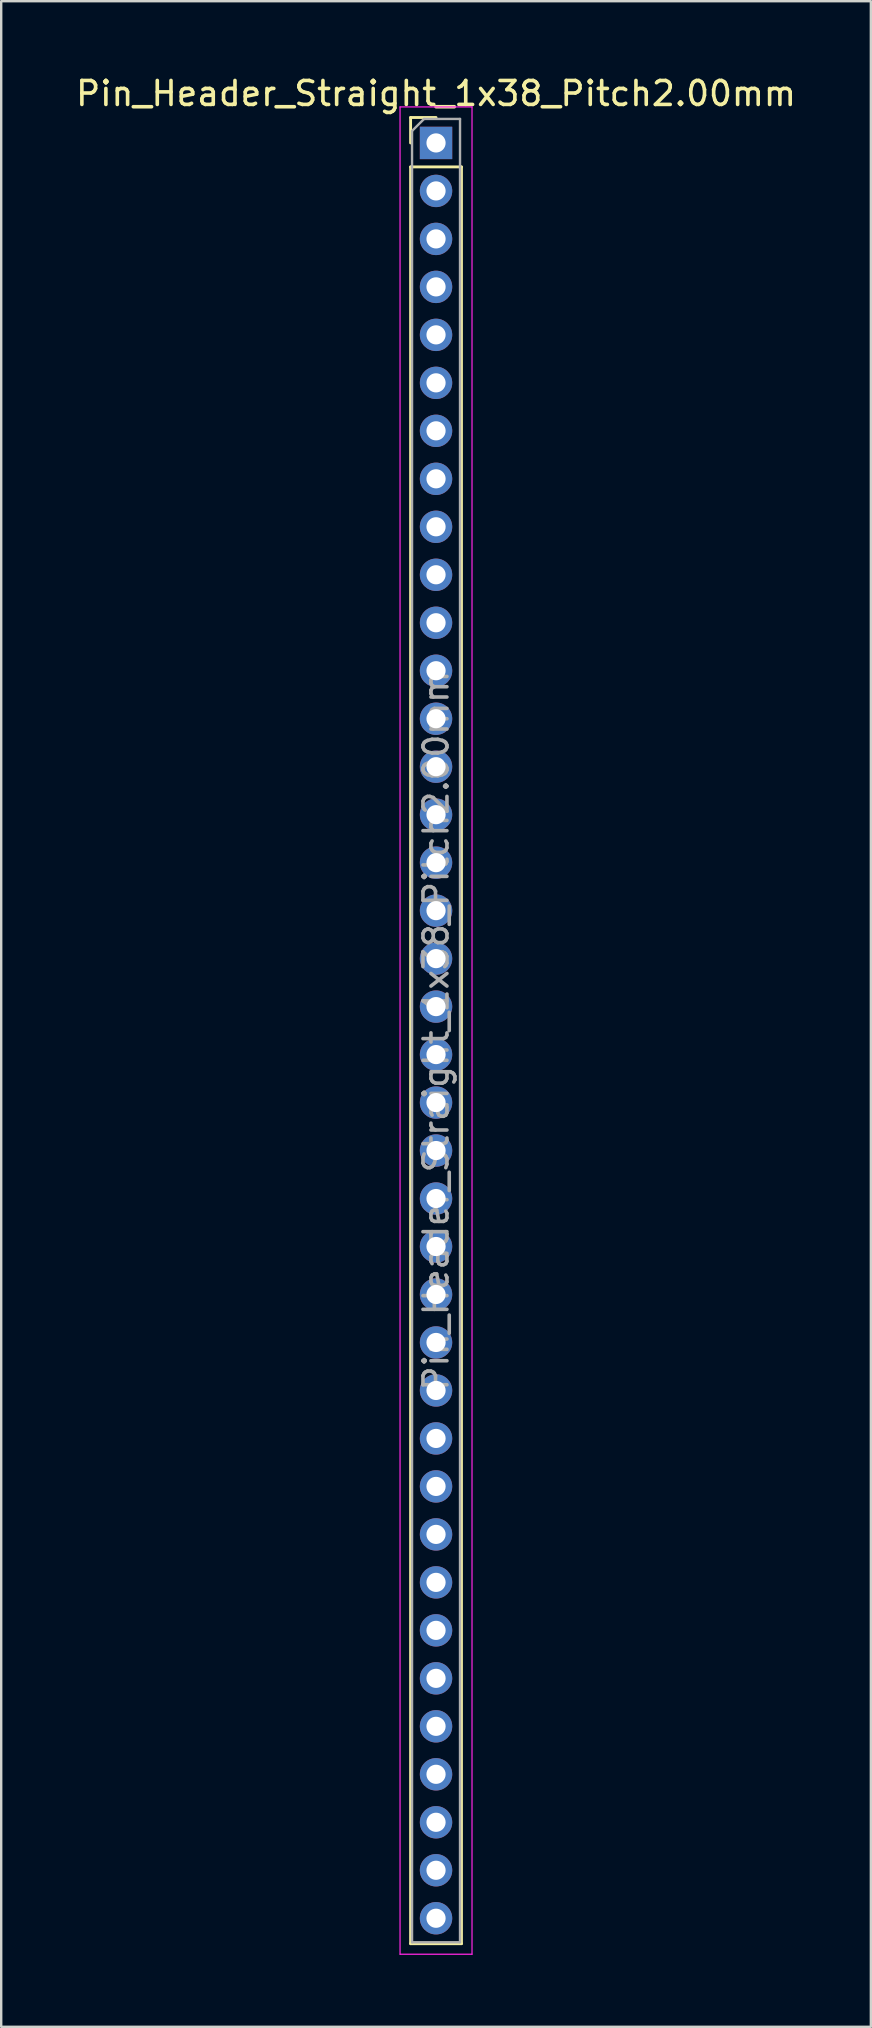
<source format=kicad_pcb>
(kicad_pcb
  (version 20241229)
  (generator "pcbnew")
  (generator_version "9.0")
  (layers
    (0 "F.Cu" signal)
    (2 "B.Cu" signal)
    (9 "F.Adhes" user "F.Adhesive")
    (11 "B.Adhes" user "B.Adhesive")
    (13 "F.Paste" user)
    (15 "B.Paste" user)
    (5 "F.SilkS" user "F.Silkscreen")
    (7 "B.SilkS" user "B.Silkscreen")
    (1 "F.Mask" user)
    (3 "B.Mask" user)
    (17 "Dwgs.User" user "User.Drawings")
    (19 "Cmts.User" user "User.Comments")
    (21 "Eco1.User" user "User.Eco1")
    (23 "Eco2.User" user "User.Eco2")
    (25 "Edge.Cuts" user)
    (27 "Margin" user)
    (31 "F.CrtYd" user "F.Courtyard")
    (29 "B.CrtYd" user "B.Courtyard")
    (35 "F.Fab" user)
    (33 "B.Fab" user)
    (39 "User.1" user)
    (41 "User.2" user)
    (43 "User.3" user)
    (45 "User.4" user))
  (footprint "Pin_Header_Straight_1x38_Pitch2.00mm"
    (layer "F.Cu")
    (at 15.125 2.908)
    (property "Reference" "Pin_Header_Straight_1x38_Pitch2.00mm" (at 0 -2.06 0) (layer "F.SilkS") (effects (font (size 1 1) (thickness 0.15))))
    (attr through_hole)
    (fp_line (start -1.06 -1.06) (end 0 -1.06) (stroke (width 0.12) (type solid)) (layer "F.SilkS"))
    (fp_line (start -1.06 0) (end -1.06 -1.06) (stroke (width 0.12) (type solid)) (layer "F.SilkS"))
    (fp_line (start -1.06 1) (end -1.06 75.06) (stroke (width 0.12) (type solid)) (layer "F.SilkS"))
    (fp_line (start -1.06 1) (end 1.06 1) (stroke (width 0.12) (type solid)) (layer "F.SilkS"))
    (fp_line (start -1.06 75.06) (end 1.06 75.06) (stroke (width 0.12) (type solid)) (layer "F.SilkS"))
    (fp_line (start 1.06 1) (end 1.06 75.06) (stroke (width 0.12) (type solid)) (layer "F.SilkS"))
    (fp_line (start -1.5 -1.5) (end -1.5 75.5) (stroke (width 0.05) (type solid)) (layer "F.CrtYd"))
    (fp_line (start -1.5 75.5) (end 1.5 75.5) (stroke (width 0.05) (type solid)) (layer "F.CrtYd"))
    (fp_line (start 1.5 -1.5) (end -1.5 -1.5) (stroke (width 0.05) (type solid)) (layer "F.CrtYd"))
    (fp_line (start 1.5 75.5) (end 1.5 -1.5) (stroke (width 0.05) (type solid)) (layer "F.CrtYd"))
    (fp_line (start -1 -0.5) (end -0.5 -1) (stroke (width 0.1) (type solid)) (layer "F.Fab"))
    (fp_line (start -1 75) (end -1 -0.5) (stroke (width 0.1) (type solid)) (layer "F.Fab"))
    (fp_line (start -0.5 -1) (end 1 -1) (stroke (width 0.1) (type solid)) (layer "F.Fab"))
    (fp_line (start 1 -1) (end 1 75) (stroke (width 0.1) (type solid)) (layer "F.Fab"))
    (fp_line (start 1 75) (end -1 75) (stroke (width 0.1) (type solid)) (layer "F.Fab"))
    (fp_text user "${REFERENCE}" (at 0 37 90) (layer "F.Fab") (effects (font (size 1 1) (thickness 0.15))))
    (pad "1" thru_hole rect (at 0 0) (size 1.35 1.35) (drill 0.8) (layers "*.Cu" "*.Mask"))
    (pad "2" thru_hole oval (at 0 2) (size 1.35 1.35) (drill 0.8) (layers "*.Cu" "*.Mask"))
    (pad "3" thru_hole oval (at 0 4) (size 1.35 1.35) (drill 0.8) (layers "*.Cu" "*.Mask"))
    (pad "4" thru_hole oval (at 0 6) (size 1.35 1.35) (drill 0.8) (layers "*.Cu" "*.Mask"))
    (pad "5" thru_hole oval (at 0 8) (size 1.35 1.35) (drill 0.8) (layers "*.Cu" "*.Mask"))
    (pad "6" thru_hole oval (at 0 10) (size 1.35 1.35) (drill 0.8) (layers "*.Cu" "*.Mask"))
    (pad "7" thru_hole oval (at 0 12) (size 1.35 1.35) (drill 0.8) (layers "*.Cu" "*.Mask"))
    (pad "8" thru_hole oval (at 0 14) (size 1.35 1.35) (drill 0.8) (layers "*.Cu" "*.Mask"))
    (pad "9" thru_hole oval (at 0 16) (size 1.35 1.35) (drill 0.8) (layers "*.Cu" "*.Mask"))
    (pad "10" thru_hole oval (at 0 18) (size 1.35 1.35) (drill 0.8) (layers "*.Cu" "*.Mask"))
    (pad "11" thru_hole oval (at 0 20) (size 1.35 1.35) (drill 0.8) (layers "*.Cu" "*.Mask"))
    (pad "12" thru_hole oval (at 0 22) (size 1.35 1.35) (drill 0.8) (layers "*.Cu" "*.Mask"))
    (pad "13" thru_hole oval (at 0 24) (size 1.35 1.35) (drill 0.8) (layers "*.Cu" "*.Mask"))
    (pad "14" thru_hole oval (at 0 26) (size 1.35 1.35) (drill 0.8) (layers "*.Cu" "*.Mask"))
    (pad "15" thru_hole oval (at 0 28) (size 1.35 1.35) (drill 0.8) (layers "*.Cu" "*.Mask"))
    (pad "16" thru_hole oval (at 0 30) (size 1.35 1.35) (drill 0.8) (layers "*.Cu" "*.Mask"))
    (pad "17" thru_hole oval (at 0 32) (size 1.35 1.35) (drill 0.8) (layers "*.Cu" "*.Mask"))
    (pad "18" thru_hole oval (at 0 34) (size 1.35 1.35) (drill 0.8) (layers "*.Cu" "*.Mask"))
    (pad "19" thru_hole oval (at 0 36) (size 1.35 1.35) (drill 0.8) (layers "*.Cu" "*.Mask"))
    (pad "20" thru_hole oval (at 0 38) (size 1.35 1.35) (drill 0.8) (layers "*.Cu" "*.Mask"))
    (pad "21" thru_hole oval (at 0 40) (size 1.35 1.35) (drill 0.8) (layers "*.Cu" "*.Mask"))
    (pad "22" thru_hole oval (at 0 42) (size 1.35 1.35) (drill 0.8) (layers "*.Cu" "*.Mask"))
    (pad "23" thru_hole oval (at 0 44) (size 1.35 1.35) (drill 0.8) (layers "*.Cu" "*.Mask"))
    (pad "24" thru_hole oval (at 0 46) (size 1.35 1.35) (drill 0.8) (layers "*.Cu" "*.Mask"))
    (pad "25" thru_hole oval (at 0 48) (size 1.35 1.35) (drill 0.8) (layers "*.Cu" "*.Mask"))
    (pad "26" thru_hole oval (at 0 50) (size 1.35 1.35) (drill 0.8) (layers "*.Cu" "*.Mask"))
    (pad "27" thru_hole oval (at 0 52) (size 1.35 1.35) (drill 0.8) (layers "*.Cu" "*.Mask"))
    (pad "28" thru_hole oval (at 0 54) (size 1.35 1.35) (drill 0.8) (layers "*.Cu" "*.Mask"))
    (pad "29" thru_hole oval (at 0 56) (size 1.35 1.35) (drill 0.8) (layers "*.Cu" "*.Mask"))
    (pad "30" thru_hole oval (at 0 58) (size 1.35 1.35) (drill 0.8) (layers "*.Cu" "*.Mask"))
    (pad "31" thru_hole oval (at 0 60) (size 1.35 1.35) (drill 0.8) (layers "*.Cu" "*.Mask"))
    (pad "32" thru_hole oval (at 0 62) (size 1.35 1.35) (drill 0.8) (layers "*.Cu" "*.Mask"))
    (pad "33" thru_hole oval (at 0 64) (size 1.35 1.35) (drill 0.8) (layers "*.Cu" "*.Mask"))
    (pad "34" thru_hole oval (at 0 66) (size 1.35 1.35) (drill 0.8) (layers "*.Cu" "*.Mask"))
    (pad "35" thru_hole oval (at 0 68) (size 1.35 1.35) (drill 0.8) (layers "*.Cu" "*.Mask"))
    (pad "36" thru_hole oval (at 0 70) (size 1.35 1.35) (drill 0.8) (layers "*.Cu" "*.Mask"))
    (pad "37" thru_hole oval (at 0 72) (size 1.35 1.35) (drill 0.8) (layers "*.Cu" "*.Mask"))
    (pad "38" thru_hole oval (at 0 74) (size 1.35 1.35) (drill 0.8) (layers "*.Cu" "*.Mask")))
  (gr_rect
    (start -3 -3)
    (end 33.25 81.433)
    (stroke (width 0.1) (type default))
    (fill no)
    (layer "Edge.Cuts")))
</source>
